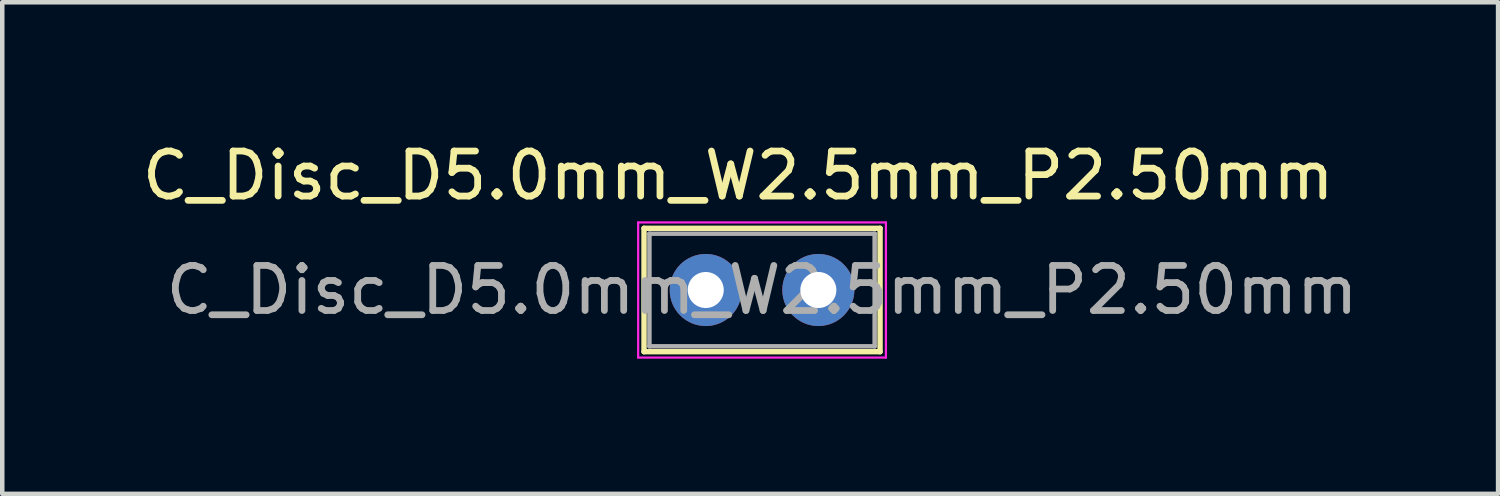
<source format=kicad_pcb>
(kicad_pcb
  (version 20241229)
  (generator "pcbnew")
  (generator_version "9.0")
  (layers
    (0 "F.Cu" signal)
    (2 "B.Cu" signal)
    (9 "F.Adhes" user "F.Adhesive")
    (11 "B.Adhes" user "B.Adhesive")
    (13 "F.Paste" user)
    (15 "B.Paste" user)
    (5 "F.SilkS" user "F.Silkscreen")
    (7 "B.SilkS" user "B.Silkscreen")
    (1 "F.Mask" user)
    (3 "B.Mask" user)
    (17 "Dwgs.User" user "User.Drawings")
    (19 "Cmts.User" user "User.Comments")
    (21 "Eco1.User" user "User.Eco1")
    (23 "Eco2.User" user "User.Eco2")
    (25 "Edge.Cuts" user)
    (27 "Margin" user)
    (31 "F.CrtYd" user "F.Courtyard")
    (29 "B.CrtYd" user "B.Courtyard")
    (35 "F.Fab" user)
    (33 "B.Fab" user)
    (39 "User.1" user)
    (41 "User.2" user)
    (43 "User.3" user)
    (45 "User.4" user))
  (footprint "C_Disc_D5.0mm_W2.5mm_P2.50mm"
    (layer "F.Cu")
    (at 12.617 3.388)
    (property "Reference" "C_Disc_D5.0mm_W2.5mm_P2.50mm" (at 0.722 -2.54 180) (layer "F.SilkS") (effects (font (size 1 1) (thickness 0.15))))
    (attr through_hole)
    (fp_line (start -1.37 -1.37) (end -1.37 1.37) (stroke (width 0.12) (type solid)) (layer "F.SilkS"))
    (fp_line (start -1.37 -1.37) (end 3.87 -1.37) (stroke (width 0.12) (type solid)) (layer "F.SilkS"))
    (fp_line (start -1.37 1.37) (end 3.87 1.37) (stroke (width 0.12) (type solid)) (layer "F.SilkS"))
    (fp_line (start 3.87 -1.37) (end 3.87 1.37) (stroke (width 0.12) (type solid)) (layer "F.SilkS"))
    (fp_line (start -1.5 -1.5) (end -1.5 1.5) (stroke (width 0.05) (type solid)) (layer "F.CrtYd"))
    (fp_line (start -1.5 1.5) (end 4 1.5) (stroke (width 0.05) (type solid)) (layer "F.CrtYd"))
    (fp_line (start 4 -1.5) (end -1.5 -1.5) (stroke (width 0.05) (type solid)) (layer "F.CrtYd"))
    (fp_line (start 4 1.5) (end 4 -1.5) (stroke (width 0.05) (type solid)) (layer "F.CrtYd"))
    (fp_line (start -1.25 -1.25) (end -1.25 1.25) (stroke (width 0.1) (type solid)) (layer "F.Fab"))
    (fp_line (start -1.25 1.25) (end 3.75 1.25) (stroke (width 0.1) (type solid)) (layer "F.Fab"))
    (fp_line (start 3.75 -1.25) (end -1.25 -1.25) (stroke (width 0.1) (type solid)) (layer "F.Fab"))
    (fp_line (start 3.75 1.25) (end 3.75 -1.25) (stroke (width 0.1) (type solid)) (layer "F.Fab"))
    (fp_text user "${REFERENCE}" (at 1.25 0 180) (layer "F.Fab") (effects (font (size 1 1) (thickness 0.15))))
    (pad "1" thru_hole circle (at 0 0) (size 1.6 1.6) (drill 0.8) (layers "*.Cu" "*.Mask"))
    (pad "2" thru_hole circle (at 2.5 0) (size 1.6 1.6) (drill 0.8) (layers "*.Cu" "*.Mask")))
  (gr_rect
    (start -3 -3)
    (end 30.207 7.913)
    (stroke (width 0.1) (type default))
    (fill no)
    (layer "Edge.Cuts")))
</source>
